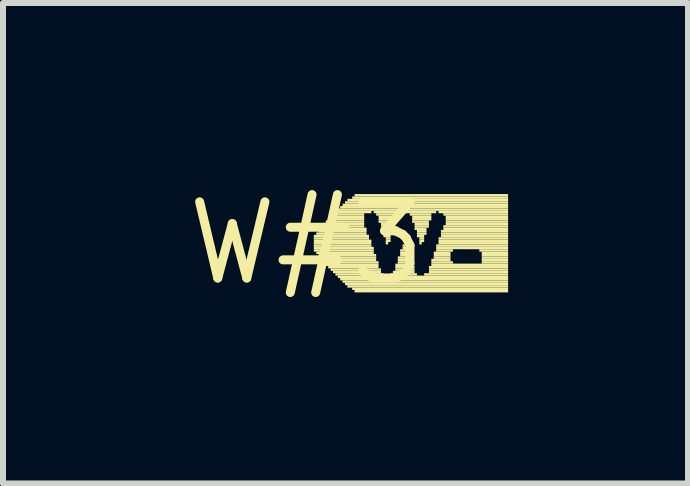
<source format=kicad_pcb>
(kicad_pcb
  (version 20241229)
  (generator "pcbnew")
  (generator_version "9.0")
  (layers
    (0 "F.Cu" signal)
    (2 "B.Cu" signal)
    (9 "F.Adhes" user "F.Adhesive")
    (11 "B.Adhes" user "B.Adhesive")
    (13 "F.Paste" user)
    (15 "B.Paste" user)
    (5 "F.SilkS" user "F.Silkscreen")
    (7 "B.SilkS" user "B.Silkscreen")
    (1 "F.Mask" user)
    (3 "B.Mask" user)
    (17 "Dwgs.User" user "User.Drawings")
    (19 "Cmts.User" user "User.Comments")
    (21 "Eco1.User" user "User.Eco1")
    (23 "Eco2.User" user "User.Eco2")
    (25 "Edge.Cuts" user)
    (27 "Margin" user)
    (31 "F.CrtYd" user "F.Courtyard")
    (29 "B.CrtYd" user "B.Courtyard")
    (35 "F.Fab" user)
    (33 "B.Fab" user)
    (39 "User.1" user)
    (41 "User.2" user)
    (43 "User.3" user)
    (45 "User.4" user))
  (footprint "W#3"
    (layer "F.Cu")
    (at 2.063 1.006)
    (property "Reference" "W#3" (at 0 0 0) (layer "F.SilkS") (effects (font (size 1.27 1.27) (thickness 0.15))))
    (attr through_hole)
    (fp_poly (pts (xy 0.12 -0.1) (xy 1.04 -0.1) (xy 1.04 -0.14) (xy 0.12 -0.14)) (stroke (width 0) (type solid)) (fill yes) (layer "F.SilkS"))
    (fp_poly (pts (xy 0.12 -0.06) (xy 1.04 -0.06) (xy 1.04 -0.1) (xy 0.12 -0.1)) (stroke (width 0) (type solid)) (fill yes) (layer "F.SilkS"))
    (fp_poly (pts (xy 0.12 -0.02) (xy 1.08 -0.02) (xy 1.08 -0.06) (xy 0.12 -0.06)) (stroke (width 0) (type solid)) (fill yes) (layer "F.SilkS"))
    (fp_poly (pts (xy 0.12 0.02) (xy 1.08 0.02) (xy 1.08 -0.02) (xy 0.12 -0.02)) (stroke (width 0) (type solid)) (fill yes) (layer "F.SilkS"))
    (fp_poly (pts (xy 0.12 0.06) (xy 1.08 0.06) (xy 1.08 0.02) (xy 0.12 0.02)) (stroke (width 0) (type solid)) (fill yes) (layer "F.SilkS"))
    (fp_poly (pts (xy 0.12 0.1) (xy 1.12 0.1) (xy 1.12 0.06) (xy 0.12 0.06)) (stroke (width 0) (type solid)) (fill yes) (layer "F.SilkS"))
    (fp_poly (pts (xy 0.12 0.14) (xy 1.12 0.14) (xy 1.12 0.1) (xy 0.12 0.1)) (stroke (width 0) (type solid)) (fill yes) (layer "F.SilkS"))
    (fp_poly (pts (xy 0.16 -0.14) (xy 1 -0.14) (xy 1 -0.18) (xy 0.16 -0.18)) (stroke (width 0) (type solid)) (fill yes) (layer "F.SilkS"))
    (fp_poly (pts (xy 0.16 0.18) (xy 1.12 0.18) (xy 1.12 0.14) (xy 0.16 0.14)) (stroke (width 0) (type solid)) (fill yes) (layer "F.SilkS"))
    (fp_poly (pts (xy 0.2 -0.22) (xy 1 -0.22) (xy 1 -0.26) (xy 0.2 -0.26)) (stroke (width 0) (type solid)) (fill yes) (layer "F.SilkS"))
    (fp_poly (pts (xy 0.2 -0.18) (xy 1 -0.18) (xy 1 -0.22) (xy 0.2 -0.22)) (stroke (width 0) (type solid)) (fill yes) (layer "F.SilkS"))
    (fp_poly (pts (xy 0.2 0.22) (xy 1.16 0.22) (xy 1.16 0.18) (xy 0.2 0.18)) (stroke (width 0) (type solid)) (fill yes) (layer "F.SilkS"))
    (fp_poly (pts (xy 0.2 0.26) (xy 1.16 0.26) (xy 1.16 0.22) (xy 0.2 0.22)) (stroke (width 0) (type solid)) (fill yes) (layer "F.SilkS"))
    (fp_poly (pts (xy 0.24 -0.26) (xy 0.96 -0.26) (xy 0.96 -0.3) (xy 0.24 -0.3)) (stroke (width 0) (type solid)) (fill yes) (layer "F.SilkS"))
    (fp_poly (pts (xy 0.24 0.3) (xy 1.16 0.3) (xy 1.16 0.26) (xy 0.24 0.26)) (stroke (width 0) (type solid)) (fill yes) (layer "F.SilkS"))
    (fp_poly (pts (xy 0.28 -0.3) (xy 0.96 -0.3) (xy 0.96 -0.34) (xy 0.28 -0.34)) (stroke (width 0) (type solid)) (fill yes) (layer "F.SilkS"))
    (fp_poly (pts (xy 0.28 0.34) (xy 1.2 0.34) (xy 1.2 0.3) (xy 0.28 0.3)) (stroke (width 0) (type solid)) (fill yes) (layer "F.SilkS"))
    (fp_poly (pts (xy 0.32 -0.34) (xy 0.96 -0.34) (xy 0.96 -0.38) (xy 0.32 -0.38)) (stroke (width 0) (type solid)) (fill yes) (layer "F.SilkS"))
    (fp_poly (pts (xy 0.32 0.38) (xy 1.2 0.38) (xy 1.2 0.34) (xy 0.32 0.34)) (stroke (width 0) (type solid)) (fill yes) (layer "F.SilkS"))
    (fp_poly (pts (xy 0.36 -0.38) (xy 0.96 -0.38) (xy 0.96 -0.42) (xy 0.36 -0.42)) (stroke (width 0) (type solid)) (fill yes) (layer "F.SilkS"))
    (fp_poly (pts (xy 0.36 0.42) (xy 1.2 0.42) (xy 1.2 0.38) (xy 0.36 0.38)) (stroke (width 0) (type solid)) (fill yes) (layer "F.SilkS"))
    (fp_poly (pts (xy 0.4 -0.42) (xy 0.96 -0.42) (xy 0.96 -0.46) (xy 0.4 -0.46)) (stroke (width 0) (type solid)) (fill yes) (layer "F.SilkS"))
    (fp_poly (pts (xy 0.4 0.46) (xy 1.24 0.46) (xy 1.24 0.42) (xy 0.4 0.42)) (stroke (width 0) (type solid)) (fill yes) (layer "F.SilkS"))
    (fp_poly (pts (xy 0.44 -0.46) (xy 0.96 -0.46) (xy 0.96 -0.5) (xy 0.44 -0.5)) (stroke (width 0) (type solid)) (fill yes) (layer "F.SilkS"))
    (fp_poly (pts (xy 0.44 0.5) (xy 1.24 0.5) (xy 1.24 0.46) (xy 0.44 0.46)) (stroke (width 0) (type solid)) (fill yes) (layer "F.SilkS"))
    (fp_poly (pts (xy 0.48 -0.5) (xy 1.08 -0.5) (xy 1.08 -0.54) (xy 0.48 -0.54)) (stroke (width 0) (type solid)) (fill yes) (layer "F.SilkS"))
    (fp_poly (pts (xy 0.48 0.54) (xy 1.28 0.54) (xy 1.28 0.5) (xy 0.48 0.5)) (stroke (width 0) (type solid)) (fill yes) (layer "F.SilkS"))
    (fp_poly (pts (xy 0.52 -0.54) (xy 3.36 -0.54) (xy 3.36 -0.58) (xy 0.52 -0.58)) (stroke (width 0) (type solid)) (fill yes) (layer "F.SilkS"))
    (fp_poly (pts (xy 0.52 0.58) (xy 3.36 0.58) (xy 3.36 0.54) (xy 0.52 0.54)) (stroke (width 0) (type solid)) (fill yes) (layer "F.SilkS"))
    (fp_poly (pts (xy 0.56 -0.58) (xy 3.36 -0.58) (xy 3.36 -0.62) (xy 0.56 -0.62)) (stroke (width 0) (type solid)) (fill yes) (layer "F.SilkS"))
    (fp_poly (pts (xy 0.56 0.62) (xy 3.36 0.62) (xy 3.36 0.58) (xy 0.56 0.58)) (stroke (width 0) (type solid)) (fill yes) (layer "F.SilkS"))
    (fp_poly (pts (xy 0.6 -0.62) (xy 3.36 -0.62) (xy 3.36 -0.66) (xy 0.6 -0.66)) (stroke (width 0) (type solid)) (fill yes) (layer "F.SilkS"))
    (fp_poly (pts (xy 0.6 0.66) (xy 3.36 0.66) (xy 3.36 0.62) (xy 0.6 0.62)) (stroke (width 0) (type solid)) (fill yes) (layer "F.SilkS"))
    (fp_poly (pts (xy 0.64 -0.66) (xy 3.36 -0.66) (xy 3.36 -0.7) (xy 0.64 -0.7)) (stroke (width 0) (type solid)) (fill yes) (layer "F.SilkS"))
    (fp_poly (pts (xy 0.64 0.7) (xy 3.36 0.7) (xy 3.36 0.66) (xy 0.64 0.66)) (stroke (width 0) (type solid)) (fill yes) (layer "F.SilkS"))
    (fp_poly (pts (xy 0.68 -0.7) (xy 3.36 -0.7) (xy 3.36 -0.74) (xy 0.68 -0.74)) (stroke (width 0) (type solid)) (fill yes) (layer "F.SilkS"))
    (fp_poly (pts (xy 0.68 0.74) (xy 3.36 0.74) (xy 3.36 0.7) (xy 0.68 0.7)) (stroke (width 0) (type solid)) (fill yes) (layer "F.SilkS"))
    (fp_poly (pts (xy 0.76 -0.74) (xy 3.36 -0.74) (xy 3.36 -0.78) (xy 0.76 -0.78)) (stroke (width 0) (type solid)) (fill yes) (layer "F.SilkS"))
    (fp_poly (pts (xy 0.76 0.78) (xy 3.36 0.78) (xy 3.36 0.74) (xy 0.76 0.74)) (stroke (width 0) (type solid)) (fill yes) (layer "F.SilkS"))
    (fp_poly (pts (xy 0.8 -0.78) (xy 3.36 -0.78) (xy 3.36 -0.82) (xy 0.8 -0.82)) (stroke (width 0) (type solid)) (fill yes) (layer "F.SilkS"))
    (fp_poly (pts (xy 0.8 0.82) (xy 3.36 0.82) (xy 3.36 0.78) (xy 0.8 0.78)) (stroke (width 0) (type solid)) (fill yes) (layer "F.SilkS"))
    (fp_poly (pts (xy 1.12 -0.5) (xy 2.16 -0.5) (xy 2.16 -0.54) (xy 1.12 -0.54)) (stroke (width 0) (type solid)) (fill yes) (layer "F.SilkS"))
    (fp_poly (pts (xy 1.16 -0.46) (xy 1.56 -0.46) (xy 1.56 -0.5) (xy 1.16 -0.5)) (stroke (width 0) (type solid)) (fill yes) (layer "F.SilkS"))
    (fp_poly (pts (xy 1.2 -0.42) (xy 1.52 -0.42) (xy 1.52 -0.46) (xy 1.2 -0.46)) (stroke (width 0) (type solid)) (fill yes) (layer "F.SilkS"))
    (fp_poly (pts (xy 1.2 -0.38) (xy 1.52 -0.38) (xy 1.52 -0.42) (xy 1.2 -0.42)) (stroke (width 0) (type solid)) (fill yes) (layer "F.SilkS"))
    (fp_poly (pts (xy 1.2 -0.34) (xy 1.48 -0.34) (xy 1.48 -0.38) (xy 1.2 -0.38)) (stroke (width 0) (type solid)) (fill yes) (layer "F.SilkS"))
    (fp_poly (pts (xy 1.24 -0.3) (xy 1.48 -0.3) (xy 1.48 -0.34) (xy 1.24 -0.34)) (stroke (width 0) (type solid)) (fill yes) (layer "F.SilkS"))
    (fp_poly (pts (xy 1.24 -0.26) (xy 1.48 -0.26) (xy 1.48 -0.3) (xy 1.24 -0.3)) (stroke (width 0) (type solid)) (fill yes) (layer "F.SilkS"))
    (fp_poly (pts (xy 1.24 -0.22) (xy 1.44 -0.22) (xy 1.44 -0.26) (xy 1.24 -0.26)) (stroke (width 0) (type solid)) (fill yes) (layer "F.SilkS"))
    (fp_poly (pts (xy 1.28 -0.18) (xy 1.44 -0.18) (xy 1.44 -0.22) (xy 1.28 -0.22)) (stroke (width 0) (type solid)) (fill yes) (layer "F.SilkS"))
    (fp_poly (pts (xy 1.28 -0.14) (xy 1.44 -0.14) (xy 1.44 -0.18) (xy 1.28 -0.18)) (stroke (width 0) (type solid)) (fill yes) (layer "F.SilkS"))
    (fp_poly (pts (xy 1.28 -0.1) (xy 1.4 -0.1) (xy 1.4 -0.14) (xy 1.28 -0.14)) (stroke (width 0) (type solid)) (fill yes) (layer "F.SilkS"))
    (fp_poly (pts (xy 1.32 -0.06) (xy 1.4 -0.06) (xy 1.4 -0.1) (xy 1.32 -0.1)) (stroke (width 0) (type solid)) (fill yes) (layer "F.SilkS"))
    (fp_poly (pts (xy 1.32 -0.02) (xy 1.4 -0.02) (xy 1.4 -0.06) (xy 1.32 -0.06)) (stroke (width 0) (type solid)) (fill yes) (layer "F.SilkS"))
    (fp_poly (pts (xy 1.32 0.02) (xy 1.36 0.02) (xy 1.36 -0.02) (xy 1.32 -0.02)) (stroke (width 0) (type solid)) (fill yes) (layer "F.SilkS"))
    (fp_poly (pts (xy 1.4 0.54) (xy 1.84 0.54) (xy 1.84 0.5) (xy 1.4 0.5)) (stroke (width 0) (type solid)) (fill yes) (layer "F.SilkS"))
    (fp_poly (pts (xy 1.44 0.5) (xy 1.8 0.5) (xy 1.8 0.46) (xy 1.44 0.46)) (stroke (width 0) (type solid)) (fill yes) (layer "F.SilkS"))
    (fp_poly (pts (xy 1.48 0.38) (xy 1.76 0.38) (xy 1.76 0.34) (xy 1.48 0.34)) (stroke (width 0) (type solid)) (fill yes) (layer "F.SilkS"))
    (fp_poly (pts (xy 1.48 0.42) (xy 1.8 0.42) (xy 1.8 0.38) (xy 1.48 0.38)) (stroke (width 0) (type solid)) (fill yes) (layer "F.SilkS"))
    (fp_poly (pts (xy 1.48 0.46) (xy 1.8 0.46) (xy 1.8 0.42) (xy 1.48 0.42)) (stroke (width 0) (type solid)) (fill yes) (layer "F.SilkS"))
    (fp_poly (pts (xy 1.52 0.26) (xy 1.72 0.26) (xy 1.72 0.22) (xy 1.52 0.22)) (stroke (width 0) (type solid)) (fill yes) (layer "F.SilkS"))
    (fp_poly (pts (xy 1.52 0.3) (xy 1.72 0.3) (xy 1.72 0.26) (xy 1.52 0.26)) (stroke (width 0) (type solid)) (fill yes) (layer "F.SilkS"))
    (fp_poly (pts (xy 1.52 0.34) (xy 1.76 0.34) (xy 1.76 0.3) (xy 1.52 0.3)) (stroke (width 0) (type solid)) (fill yes) (layer "F.SilkS"))
    (fp_poly (pts (xy 1.56 0.14) (xy 1.68 0.14) (xy 1.68 0.1) (xy 1.56 0.1)) (stroke (width 0) (type solid)) (fill yes) (layer "F.SilkS"))
    (fp_poly (pts (xy 1.56 0.18) (xy 1.68 0.18) (xy 1.68 0.14) (xy 1.56 0.14)) (stroke (width 0) (type solid)) (fill yes) (layer "F.SilkS"))
    (fp_poly (pts (xy 1.56 0.22) (xy 1.72 0.22) (xy 1.72 0.18) (xy 1.56 0.18)) (stroke (width 0) (type solid)) (fill yes) (layer "F.SilkS"))
    (fp_poly (pts (xy 1.6 0.06) (xy 1.64 0.06) (xy 1.64 0.02) (xy 1.6 0.02)) (stroke (width 0) (type solid)) (fill yes) (layer "F.SilkS"))
    (fp_poly (pts (xy 1.6 0.1) (xy 1.68 0.1) (xy 1.68 0.06) (xy 1.6 0.06)) (stroke (width 0) (type solid)) (fill yes) (layer "F.SilkS"))
    (fp_poly (pts (xy 1.72 -0.46) (xy 2.08 -0.46) (xy 2.08 -0.5) (xy 1.72 -0.5)) (stroke (width 0) (type solid)) (fill yes) (layer "F.SilkS"))
    (fp_poly (pts (xy 1.76 -0.42) (xy 2.08 -0.42) (xy 2.08 -0.46) (xy 1.76 -0.46)) (stroke (width 0) (type solid)) (fill yes) (layer "F.SilkS"))
    (fp_poly (pts (xy 1.76 -0.38) (xy 2.08 -0.38) (xy 2.08 -0.42) (xy 1.76 -0.42)) (stroke (width 0) (type solid)) (fill yes) (layer "F.SilkS"))
    (fp_poly (pts (xy 1.76 -0.34) (xy 2.04 -0.34) (xy 2.04 -0.38) (xy 1.76 -0.38)) (stroke (width 0) (type solid)) (fill yes) (layer "F.SilkS"))
    (fp_poly (pts (xy 1.8 -0.3) (xy 2.04 -0.3) (xy 2.04 -0.34) (xy 1.8 -0.34)) (stroke (width 0) (type solid)) (fill yes) (layer "F.SilkS"))
    (fp_poly (pts (xy 1.8 -0.26) (xy 2.04 -0.26) (xy 2.04 -0.3) (xy 1.8 -0.3)) (stroke (width 0) (type solid)) (fill yes) (layer "F.SilkS"))
    (fp_poly (pts (xy 1.8 -0.22) (xy 2 -0.22) (xy 2 -0.26) (xy 1.8 -0.26)) (stroke (width 0) (type solid)) (fill yes) (layer "F.SilkS"))
    (fp_poly (pts (xy 1.84 -0.18) (xy 2 -0.18) (xy 2 -0.22) (xy 1.84 -0.22)) (stroke (width 0) (type solid)) (fill yes) (layer "F.SilkS"))
    (fp_poly (pts (xy 1.84 -0.14) (xy 2 -0.14) (xy 2 -0.18) (xy 1.84 -0.18)) (stroke (width 0) (type solid)) (fill yes) (layer "F.SilkS"))
    (fp_poly (pts (xy 1.84 -0.1) (xy 1.96 -0.1) (xy 1.96 -0.14) (xy 1.84 -0.14)) (stroke (width 0) (type solid)) (fill yes) (layer "F.SilkS"))
    (fp_poly (pts (xy 1.88 -0.06) (xy 1.96 -0.06) (xy 1.96 -0.1) (xy 1.88 -0.1)) (stroke (width 0) (type solid)) (fill yes) (layer "F.SilkS"))
    (fp_poly (pts (xy 1.88 -0.02) (xy 1.96 -0.02) (xy 1.96 -0.06) (xy 1.88 -0.06)) (stroke (width 0) (type solid)) (fill yes) (layer "F.SilkS"))
    (fp_poly (pts (xy 1.88 0.02) (xy 1.92 0.02) (xy 1.92 -0.02) (xy 1.88 -0.02)) (stroke (width 0) (type solid)) (fill yes) (layer "F.SilkS"))
    (fp_poly (pts (xy 1.96 0.54) (xy 3.36 0.54) (xy 3.36 0.5) (xy 1.96 0.5)) (stroke (width 0) (type solid)) (fill yes) (layer "F.SilkS"))
    (fp_poly (pts (xy 2.04 0.42) (xy 3.36 0.42) (xy 3.36 0.38) (xy 2.04 0.38)) (stroke (width 0) (type solid)) (fill yes) (layer "F.SilkS"))
    (fp_poly (pts (xy 2.04 0.46) (xy 3.36 0.46) (xy 3.36 0.42) (xy 2.04 0.42)) (stroke (width 0) (type solid)) (fill yes) (layer "F.SilkS"))
    (fp_poly (pts (xy 2.04 0.5) (xy 3.36 0.5) (xy 3.36 0.46) (xy 2.04 0.46)) (stroke (width 0) (type solid)) (fill yes) (layer "F.SilkS"))
    (fp_poly (pts (xy 2.08 0.3) (xy 2.4 0.3) (xy 2.4 0.26) (xy 2.08 0.26)) (stroke (width 0) (type solid)) (fill yes) (layer "F.SilkS"))
    (fp_poly (pts (xy 2.08 0.34) (xy 2.44 0.34) (xy 2.44 0.3) (xy 2.08 0.3)) (stroke (width 0) (type solid)) (fill yes) (layer "F.SilkS"))
    (fp_poly (pts (xy 2.08 0.38) (xy 3.36 0.38) (xy 3.36 0.34) (xy 2.08 0.34)) (stroke (width 0) (type solid)) (fill yes) (layer "F.SilkS"))
    (fp_poly (pts (xy 2.12 0.18) (xy 2.4 0.18) (xy 2.4 0.14) (xy 2.12 0.14)) (stroke (width 0) (type solid)) (fill yes) (layer "F.SilkS"))
    (fp_poly (pts (xy 2.12 0.22) (xy 2.4 0.22) (xy 2.4 0.18) (xy 2.12 0.18)) (stroke (width 0) (type solid)) (fill yes) (layer "F.SilkS"))
    (fp_poly (pts (xy 2.12 0.26) (xy 2.4 0.26) (xy 2.4 0.22) (xy 2.12 0.22)) (stroke (width 0) (type solid)) (fill yes) (layer "F.SilkS"))
    (fp_poly (pts (xy 2.16 0.06) (xy 3.36 0.06) (xy 3.36 0.02) (xy 2.16 0.02)) (stroke (width 0) (type solid)) (fill yes) (layer "F.SilkS"))
    (fp_poly (pts (xy 2.16 0.1) (xy 3.36 0.1) (xy 3.36 0.06) (xy 2.16 0.06)) (stroke (width 0) (type solid)) (fill yes) (layer "F.SilkS"))
    (fp_poly (pts (xy 2.16 0.14) (xy 2.44 0.14) (xy 2.44 0.1) (xy 2.16 0.1)) (stroke (width 0) (type solid)) (fill yes) (layer "F.SilkS"))
    (fp_poly (pts (xy 2.2 -0.5) (xy 3.36 -0.5) (xy 3.36 -0.54) (xy 2.2 -0.54)) (stroke (width 0) (type solid)) (fill yes) (layer "F.SilkS"))
    (fp_poly (pts (xy 2.2 -0.06) (xy 3.36 -0.06) (xy 3.36 -0.1) (xy 2.2 -0.1)) (stroke (width 0) (type solid)) (fill yes) (layer "F.SilkS"))
    (fp_poly (pts (xy 2.2 -0.02) (xy 3.36 -0.02) (xy 3.36 -0.06) (xy 2.2 -0.06)) (stroke (width 0) (type solid)) (fill yes) (layer "F.SilkS"))
    (fp_poly (pts (xy 2.2 0.02) (xy 3.36 0.02) (xy 3.36 -0.02) (xy 2.2 -0.02)) (stroke (width 0) (type solid)) (fill yes) (layer "F.SilkS"))
    (fp_poly (pts (xy 2.24 -0.18) (xy 3.36 -0.18) (xy 3.36 -0.22) (xy 2.24 -0.22)) (stroke (width 0) (type solid)) (fill yes) (layer "F.SilkS"))
    (fp_poly (pts (xy 2.24 -0.14) (xy 3.36 -0.14) (xy 3.36 -0.18) (xy 2.24 -0.18)) (stroke (width 0) (type solid)) (fill yes) (layer "F.SilkS"))
    (fp_poly (pts (xy 2.24 -0.1) (xy 3.36 -0.1) (xy 3.36 -0.14) (xy 2.24 -0.14)) (stroke (width 0) (type solid)) (fill yes) (layer "F.SilkS"))
    (fp_poly (pts (xy 2.28 -0.46) (xy 3.36 -0.46) (xy 3.36 -0.5) (xy 2.28 -0.5)) (stroke (width 0) (type solid)) (fill yes) (layer "F.SilkS"))
    (fp_poly (pts (xy 2.28 -0.26) (xy 3.36 -0.26) (xy 3.36 -0.3) (xy 2.28 -0.3)) (stroke (width 0) (type solid)) (fill yes) (layer "F.SilkS"))
    (fp_poly (pts (xy 2.28 -0.22) (xy 3.36 -0.22) (xy 3.36 -0.26) (xy 2.28 -0.26)) (stroke (width 0) (type solid)) (fill yes) (layer "F.SilkS"))
    (fp_poly (pts (xy 2.32 -0.42) (xy 3.36 -0.42) (xy 3.36 -0.46) (xy 2.32 -0.46)) (stroke (width 0) (type solid)) (fill yes) (layer "F.SilkS"))
    (fp_poly (pts (xy 2.32 -0.38) (xy 3.36 -0.38) (xy 3.36 -0.42) (xy 2.32 -0.42)) (stroke (width 0) (type solid)) (fill yes) (layer "F.SilkS"))
    (fp_poly (pts (xy 2.32 -0.34) (xy 3.36 -0.34) (xy 3.36 -0.38) (xy 2.32 -0.38)) (stroke (width 0) (type solid)) (fill yes) (layer "F.SilkS"))
    (fp_poly (pts (xy 2.32 -0.3) (xy 3.36 -0.3) (xy 3.36 -0.34) (xy 2.32 -0.34)) (stroke (width 0) (type solid)) (fill yes) (layer "F.SilkS"))
    (fp_poly (pts (xy 2.88 0.14) (xy 3.36 0.14) (xy 3.36 0.1) (xy 2.88 0.1)) (stroke (width 0) (type solid)) (fill yes) (layer "F.SilkS"))
    (fp_poly (pts (xy 2.92 0.18) (xy 3.36 0.18) (xy 3.36 0.14) (xy 2.92 0.14)) (stroke (width 0) (type solid)) (fill yes) (layer "F.SilkS"))
    (fp_poly (pts (xy 2.92 0.22) (xy 3.36 0.22) (xy 3.36 0.18) (xy 2.92 0.18)) (stroke (width 0) (type solid)) (fill yes) (layer "F.SilkS"))
    (fp_poly (pts (xy 2.92 0.26) (xy 3.36 0.26) (xy 3.36 0.22) (xy 2.92 0.22)) (stroke (width 0) (type solid)) (fill yes) (layer "F.SilkS"))
    (fp_poly (pts (xy 2.92 0.3) (xy 3.36 0.3) (xy 3.36 0.26) (xy 2.92 0.26)) (stroke (width 0) (type solid)) (fill yes) (layer "F.SilkS"))
    (fp_poly (pts (xy 2.92 0.34) (xy 3.36 0.34) (xy 3.36 0.3) (xy 2.92 0.3)) (stroke (width 0) (type solid)) (fill yes) (layer "F.SilkS")))
  (gr_rect
    (start -3 -3)
    (end 8.423 5.012)
    (stroke (width 0.1) (type default))
    (fill no)
    (layer "Edge.Cuts")))
</source>
